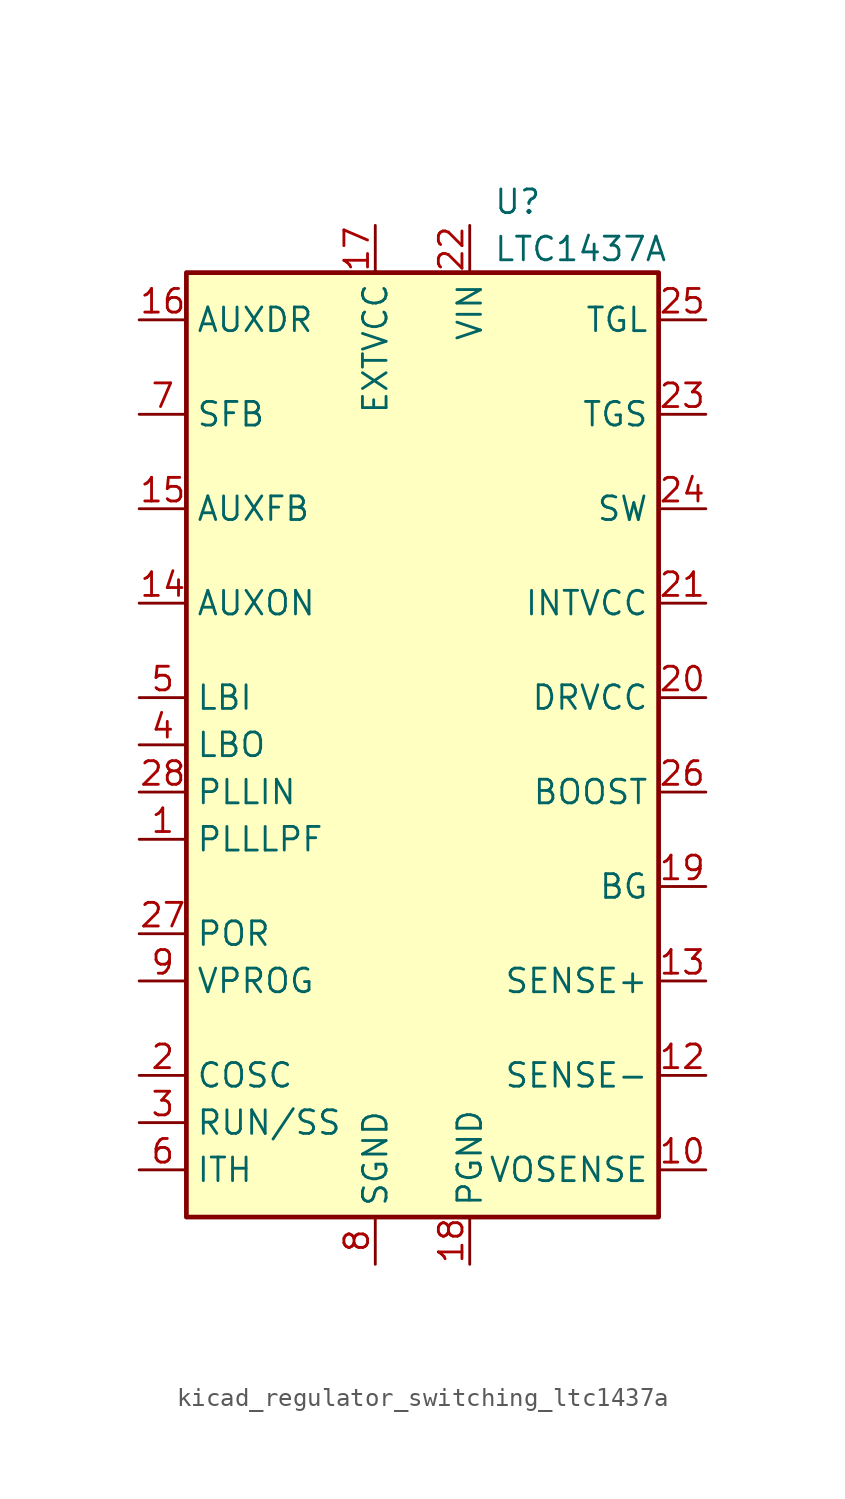
<source format=kicad_sym>
(kicad_symbol_lib
  (version 20220914)
  (generator kicad_symbol_editor)
  (symbol "kicad_regulator_switching_ltc1437a"
    (property "Reference" "U"
      (at 3.81 29.21 0)
      (effects (font (size 1.27 1.27)) (justify left)))
    (property "Value" "LTC1437A"
      (at 3.81 26.67 0)
      (effects (font (size 1.27 1.27)) (justify left)))
    (symbol "kicad_regulator_switching_ltc1437a_0_1"
      (rectangle (start -12.7 -25.4) (end 12.7 25.4) (stroke (width 0.254) (type default)) (fill (type background))))
    (symbol "kicad_regulator_switching_ltc1437a_1_1"
      (pin passive line (at -15.24 -5.08 0) (length 2.54) (name "PLLLPF" (effects (font (size 1.27 1.27)))) (number "1" (effects (font (size 1.27 1.27)))))
      (pin input line (at 15.24 -22.86 180) (length 2.54) (name "VOSENSE" (effects (font (size 1.27 1.27)))) (number "10" (effects (font (size 1.27 1.27)))))
      (pin no_connect line (at 0 25.4 270) (length 2.54) hide (name "NC" (effects (font (size 1.27 1.27)))) (number "11" (effects (font (size 1.27 1.27)))))
      (pin input line (at 15.24 -17.78 180) (length 2.54) (name "SENSE-" (effects (font (size 1.27 1.27)))) (number "12" (effects (font (size 1.27 1.27)))))
      (pin input line (at 15.24 -12.7 180) (length 2.54) (name "SENSE+" (effects (font (size 1.27 1.27)))) (number "13" (effects (font (size 1.27 1.27)))))
      (pin input line (at -15.24 7.62 0) (length 2.54) (name "AUXON" (effects (font (size 1.27 1.27)))) (number "14" (effects (font (size 1.27 1.27)))))
      (pin input line (at -15.24 12.7 0) (length 2.54) (name "AUXFB" (effects (font (size 1.27 1.27)))) (number "15" (effects (font (size 1.27 1.27)))))
      (pin open_collector line (at -15.24 22.86 0) (length 2.54) (name "AUXDR" (effects (font (size 1.27 1.27)))) (number "16" (effects (font (size 1.27 1.27)))))
      (pin power_in line (at -2.54 27.94 270) (length 2.54) (name "EXTVCC" (effects (font (size 1.27 1.27)))) (number "17" (effects (font (size 1.27 1.27)))))
      (pin power_in line (at 2.54 -27.94 90) (length 2.54) (name "PGND" (effects (font (size 1.27 1.27)))) (number "18" (effects (font (size 1.27 1.27)))))
      (pin output line (at 15.24 -7.62 180) (length 2.54) (name "BG" (effects (font (size 1.27 1.27)))) (number "19" (effects (font (size 1.27 1.27)))))
      (pin passive line (at -15.24 -17.78 0) (length 2.54) (name "COSC" (effects (font (size 1.27 1.27)))) (number "2" (effects (font (size 1.27 1.27)))))
      (pin power_in line (at 15.24 2.54 180) (length 2.54) (name "DRVCC" (effects (font (size 1.27 1.27)))) (number "20" (effects (font (size 1.27 1.27)))))
      (pin power_in line (at 15.24 7.62 180) (length 2.54) (name "INTVCC" (effects (font (size 1.27 1.27)))) (number "21" (effects (font (size 1.27 1.27)))))
      (pin power_in line (at 2.54 27.94 270) (length 2.54) (name "VIN" (effects (font (size 1.27 1.27)))) (number "22" (effects (font (size 1.27 1.27)))))
      (pin output line (at 15.24 17.78 180) (length 2.54) (name "TGS" (effects (font (size 1.27 1.27)))) (number "23" (effects (font (size 1.27 1.27)))))
      (pin passive line (at 15.24 12.7 180) (length 2.54) (name "SW" (effects (font (size 1.27 1.27)))) (number "24" (effects (font (size 1.27 1.27)))))
      (pin output line (at 15.24 22.86 180) (length 2.54) (name "TGL" (effects (font (size 1.27 1.27)))) (number "25" (effects (font (size 1.27 1.27)))))
      (pin passive line (at 15.24 -2.54 180) (length 2.54) (name "BOOST" (effects (font (size 1.27 1.27)))) (number "26" (effects (font (size 1.27 1.27)))))
      (pin open_collector line (at -15.24 -10.16 0) (length 2.54) (name "POR" (effects (font (size 1.27 1.27)))) (number "27" (effects (font (size 1.27 1.27)))))
      (pin input line (at -15.24 -2.54 0) (length 2.54) (name "PLLIN" (effects (font (size 1.27 1.27)))) (number "28" (effects (font (size 1.27 1.27)))))
      (pin passive line (at -15.24 -20.32 0) (length 2.54) (name "RUN/SS" (effects (font (size 1.27 1.27)))) (number "3" (effects (font (size 1.27 1.27)))))
      (pin open_collector line (at -15.24 0 0) (length 2.54) (name "LBO" (effects (font (size 1.27 1.27)))) (number "4" (effects (font (size 1.27 1.27)))))
      (pin input line (at -15.24 2.54 0) (length 2.54) (name "LBI" (effects (font (size 1.27 1.27)))) (number "5" (effects (font (size 1.27 1.27)))))
      (pin passive line (at -15.24 -22.86 0) (length 2.54) (name "ITH" (effects (font (size 1.27 1.27)))) (number "6" (effects (font (size 1.27 1.27)))))
      (pin passive line (at -15.24 17.78 0) (length 2.54) (name "SFB" (effects (font (size 1.27 1.27)))) (number "7" (effects (font (size 1.27 1.27)))))
      (pin power_in line (at -2.54 -27.94 90) (length 2.54) (name "SGND" (effects (font (size 1.27 1.27)))) (number "8" (effects (font (size 1.27 1.27)))))
      (pin input line (at -15.24 -12.7 0) (length 2.54) (name "VPROG" (effects (font (size 1.27 1.27)))) (number "9" (effects (font (size 1.27 1.27))))))))
</source>
